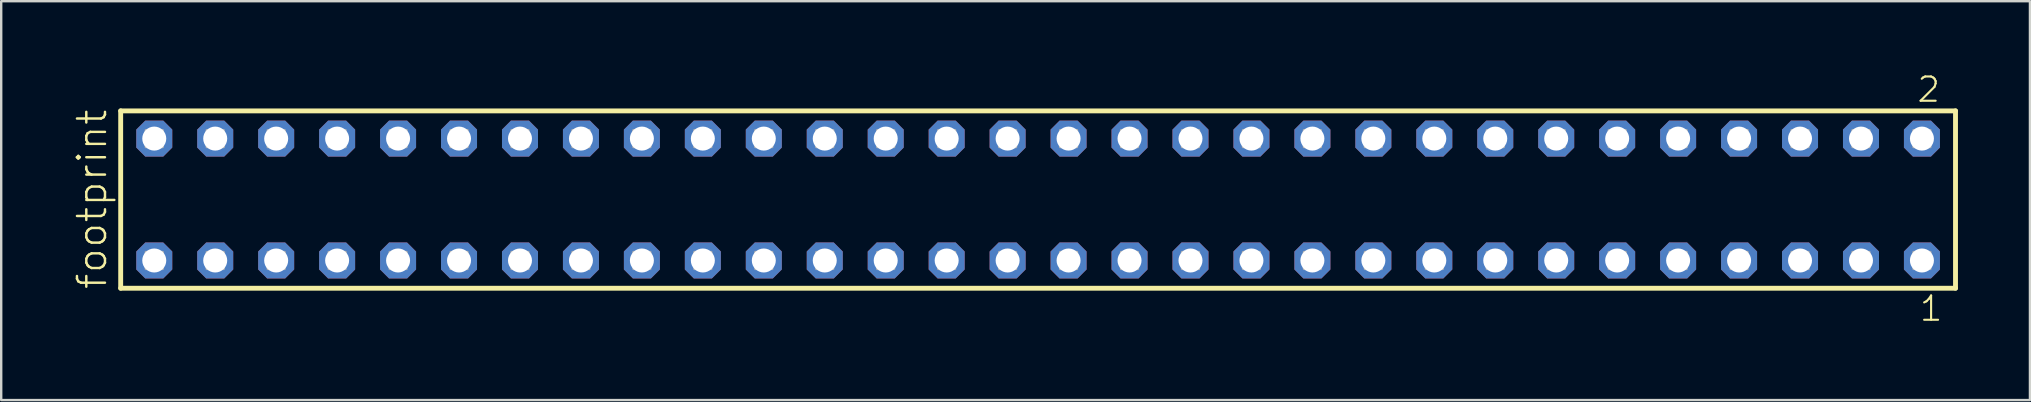
<source format=kicad_pcb>
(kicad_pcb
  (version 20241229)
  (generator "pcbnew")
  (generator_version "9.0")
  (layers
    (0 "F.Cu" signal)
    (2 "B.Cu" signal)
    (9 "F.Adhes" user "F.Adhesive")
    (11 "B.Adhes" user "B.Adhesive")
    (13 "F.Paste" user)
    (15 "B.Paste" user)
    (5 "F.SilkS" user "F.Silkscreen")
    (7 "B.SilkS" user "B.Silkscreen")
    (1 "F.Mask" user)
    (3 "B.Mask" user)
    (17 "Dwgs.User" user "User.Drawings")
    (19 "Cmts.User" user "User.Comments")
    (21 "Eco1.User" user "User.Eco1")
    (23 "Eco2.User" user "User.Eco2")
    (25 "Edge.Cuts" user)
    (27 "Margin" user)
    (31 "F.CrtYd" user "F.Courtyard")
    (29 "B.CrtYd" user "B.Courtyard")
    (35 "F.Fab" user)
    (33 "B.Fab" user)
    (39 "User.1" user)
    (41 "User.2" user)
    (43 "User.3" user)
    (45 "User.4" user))
  (footprint "footprint"
    (layer "F.Cu")
    (at 40.208 5.265)
    (property "Reference" "footprint" (at -38.735 3.81 90) (layer "F.SilkS") (effects (font (size 1.168 1.168) (thickness 0.102)) (justify left bottom)))
    (fp_line (start -38.229 -3.695) (end 38.229 -3.695) (stroke (width 0.203) (type solid)) (layer "F.SilkS"))
    (fp_line (start -38.229 3.695) (end -38.229 -3.695) (stroke (width 0.203) (type solid)) (layer "F.SilkS"))
    (fp_line (start 38.229 -3.695) (end 38.229 3.695) (stroke (width 0.203) (type solid)) (layer "F.SilkS"))
    (fp_line (start 38.229 3.695) (end -38.229 3.695) (stroke (width 0.203) (type solid)) (layer "F.SilkS"))
    (fp_poly (pts (xy -37.18 -2.19) (xy -36.48 -2.19) (xy -36.48 -2.89) (xy -37.18 -2.89)) (stroke (width 0.1) (type solid)) (fill no) (layer "F.Fab"))
    (fp_poly (pts (xy -37.18 2.89) (xy -36.48 2.89) (xy -36.48 2.19) (xy -37.18 2.19)) (stroke (width 0.1) (type solid)) (fill no) (layer "F.Fab"))
    (fp_poly (pts (xy -34.64 -2.19) (xy -33.94 -2.19) (xy -33.94 -2.89) (xy -34.64 -2.89)) (stroke (width 0.1) (type solid)) (fill no) (layer "F.Fab"))
    (fp_poly (pts (xy -34.64 2.89) (xy -33.94 2.89) (xy -33.94 2.19) (xy -34.64 2.19)) (stroke (width 0.1) (type solid)) (fill no) (layer "F.Fab"))
    (fp_poly (pts (xy -32.1 -2.19) (xy -31.4 -2.19) (xy -31.4 -2.89) (xy -32.1 -2.89)) (stroke (width 0.1) (type solid)) (fill no) (layer "F.Fab"))
    (fp_poly (pts (xy -32.1 2.89) (xy -31.4 2.89) (xy -31.4 2.19) (xy -32.1 2.19)) (stroke (width 0.1) (type solid)) (fill no) (layer "F.Fab"))
    (fp_poly (pts (xy -29.56 -2.19) (xy -28.86 -2.19) (xy -28.86 -2.89) (xy -29.56 -2.89)) (stroke (width 0.1) (type solid)) (fill no) (layer "F.Fab"))
    (fp_poly (pts (xy -29.56 2.89) (xy -28.86 2.89) (xy -28.86 2.19) (xy -29.56 2.19)) (stroke (width 0.1) (type solid)) (fill no) (layer "F.Fab"))
    (fp_poly (pts (xy -27.02 -2.19) (xy -26.32 -2.19) (xy -26.32 -2.89) (xy -27.02 -2.89)) (stroke (width 0.1) (type solid)) (fill no) (layer "F.Fab"))
    (fp_poly (pts (xy -27.02 2.89) (xy -26.32 2.89) (xy -26.32 2.19) (xy -27.02 2.19)) (stroke (width 0.1) (type solid)) (fill no) (layer "F.Fab"))
    (fp_poly (pts (xy -24.48 -2.19) (xy -23.78 -2.19) (xy -23.78 -2.89) (xy -24.48 -2.89)) (stroke (width 0.1) (type solid)) (fill no) (layer "F.Fab"))
    (fp_poly (pts (xy -24.48 2.89) (xy -23.78 2.89) (xy -23.78 2.19) (xy -24.48 2.19)) (stroke (width 0.1) (type solid)) (fill no) (layer "F.Fab"))
    (fp_poly (pts (xy -21.94 -2.19) (xy -21.24 -2.19) (xy -21.24 -2.89) (xy -21.94 -2.89)) (stroke (width 0.1) (type solid)) (fill no) (layer "F.Fab"))
    (fp_poly (pts (xy -21.94 2.89) (xy -21.24 2.89) (xy -21.24 2.19) (xy -21.94 2.19)) (stroke (width 0.1) (type solid)) (fill no) (layer "F.Fab"))
    (fp_poly (pts (xy -19.4 -2.19) (xy -18.7 -2.19) (xy -18.7 -2.89) (xy -19.4 -2.89)) (stroke (width 0.1) (type solid)) (fill no) (layer "F.Fab"))
    (fp_poly (pts (xy -19.4 2.89) (xy -18.7 2.89) (xy -18.7 2.19) (xy -19.4 2.19)) (stroke (width 0.1) (type solid)) (fill no) (layer "F.Fab"))
    (fp_poly (pts (xy -16.86 -2.19) (xy -16.16 -2.19) (xy -16.16 -2.89) (xy -16.86 -2.89)) (stroke (width 0.1) (type solid)) (fill no) (layer "F.Fab"))
    (fp_poly (pts (xy -16.86 2.89) (xy -16.16 2.89) (xy -16.16 2.19) (xy -16.86 2.19)) (stroke (width 0.1) (type solid)) (fill no) (layer "F.Fab"))
    (fp_poly (pts (xy -14.32 -2.19) (xy -13.62 -2.19) (xy -13.62 -2.89) (xy -14.32 -2.89)) (stroke (width 0.1) (type solid)) (fill no) (layer "F.Fab"))
    (fp_poly (pts (xy -14.32 2.89) (xy -13.62 2.89) (xy -13.62 2.19) (xy -14.32 2.19)) (stroke (width 0.1) (type solid)) (fill no) (layer "F.Fab"))
    (fp_poly (pts (xy -11.78 -2.19) (xy -11.08 -2.19) (xy -11.08 -2.89) (xy -11.78 -2.89)) (stroke (width 0.1) (type solid)) (fill no) (layer "F.Fab"))
    (fp_poly (pts (xy -11.78 2.89) (xy -11.08 2.89) (xy -11.08 2.19) (xy -11.78 2.19)) (stroke (width 0.1) (type solid)) (fill no) (layer "F.Fab"))
    (fp_poly (pts (xy -9.24 -2.19) (xy -8.54 -2.19) (xy -8.54 -2.89) (xy -9.24 -2.89)) (stroke (width 0.1) (type solid)) (fill no) (layer "F.Fab"))
    (fp_poly (pts (xy -9.24 2.89) (xy -8.54 2.89) (xy -8.54 2.19) (xy -9.24 2.19)) (stroke (width 0.1) (type solid)) (fill no) (layer "F.Fab"))
    (fp_poly (pts (xy -6.7 -2.19) (xy -6 -2.19) (xy -6 -2.89) (xy -6.7 -2.89)) (stroke (width 0.1) (type solid)) (fill no) (layer "F.Fab"))
    (fp_poly (pts (xy -6.7 2.89) (xy -6 2.89) (xy -6 2.19) (xy -6.7 2.19)) (stroke (width 0.1) (type solid)) (fill no) (layer "F.Fab"))
    (fp_poly (pts (xy -4.16 -2.19) (xy -3.46 -2.19) (xy -3.46 -2.89) (xy -4.16 -2.89)) (stroke (width 0.1) (type solid)) (fill no) (layer "F.Fab"))
    (fp_poly (pts (xy -4.16 2.89) (xy -3.46 2.89) (xy -3.46 2.19) (xy -4.16 2.19)) (stroke (width 0.1) (type solid)) (fill no) (layer "F.Fab"))
    (fp_poly (pts (xy -1.62 -2.19) (xy -0.92 -2.19) (xy -0.92 -2.89) (xy -1.62 -2.89)) (stroke (width 0.1) (type solid)) (fill no) (layer "F.Fab"))
    (fp_poly (pts (xy -1.62 2.89) (xy -0.92 2.89) (xy -0.92 2.19) (xy -1.62 2.19)) (stroke (width 0.1) (type solid)) (fill no) (layer "F.Fab"))
    (fp_poly (pts (xy 0.92 -2.19) (xy 1.62 -2.19) (xy 1.62 -2.89) (xy 0.92 -2.89)) (stroke (width 0.1) (type solid)) (fill no) (layer "F.Fab"))
    (fp_poly (pts (xy 0.92 2.89) (xy 1.62 2.89) (xy 1.62 2.19) (xy 0.92 2.19)) (stroke (width 0.1) (type solid)) (fill no) (layer "F.Fab"))
    (fp_poly (pts (xy 3.46 -2.19) (xy 4.16 -2.19) (xy 4.16 -2.89) (xy 3.46 -2.89)) (stroke (width 0.1) (type solid)) (fill no) (layer "F.Fab"))
    (fp_poly (pts (xy 3.46 2.89) (xy 4.16 2.89) (xy 4.16 2.19) (xy 3.46 2.19)) (stroke (width 0.1) (type solid)) (fill no) (layer "F.Fab"))
    (fp_poly (pts (xy 6 -2.19) (xy 6.7 -2.19) (xy 6.7 -2.89) (xy 6 -2.89)) (stroke (width 0.1) (type solid)) (fill no) (layer "F.Fab"))
    (fp_poly (pts (xy 6 2.89) (xy 6.7 2.89) (xy 6.7 2.19) (xy 6 2.19)) (stroke (width 0.1) (type solid)) (fill no) (layer "F.Fab"))
    (fp_poly (pts (xy 8.54 -2.19) (xy 9.24 -2.19) (xy 9.24 -2.89) (xy 8.54 -2.89)) (stroke (width 0.1) (type solid)) (fill no) (layer "F.Fab"))
    (fp_poly (pts (xy 8.54 2.89) (xy 9.24 2.89) (xy 9.24 2.19) (xy 8.54 2.19)) (stroke (width 0.1) (type solid)) (fill no) (layer "F.Fab"))
    (fp_poly (pts (xy 11.08 -2.19) (xy 11.78 -2.19) (xy 11.78 -2.89) (xy 11.08 -2.89)) (stroke (width 0.1) (type solid)) (fill no) (layer "F.Fab"))
    (fp_poly (pts (xy 11.08 2.89) (xy 11.78 2.89) (xy 11.78 2.19) (xy 11.08 2.19)) (stroke (width 0.1) (type solid)) (fill no) (layer "F.Fab"))
    (fp_poly (pts (xy 13.62 -2.19) (xy 14.32 -2.19) (xy 14.32 -2.89) (xy 13.62 -2.89)) (stroke (width 0.1) (type solid)) (fill no) (layer "F.Fab"))
    (fp_poly (pts (xy 13.62 2.89) (xy 14.32 2.89) (xy 14.32 2.19) (xy 13.62 2.19)) (stroke (width 0.1) (type solid)) (fill no) (layer "F.Fab"))
    (fp_poly (pts (xy 16.16 -2.19) (xy 16.86 -2.19) (xy 16.86 -2.89) (xy 16.16 -2.89)) (stroke (width 0.1) (type solid)) (fill no) (layer "F.Fab"))
    (fp_poly (pts (xy 16.16 2.89) (xy 16.86 2.89) (xy 16.86 2.19) (xy 16.16 2.19)) (stroke (width 0.1) (type solid)) (fill no) (layer "F.Fab"))
    (fp_poly (pts (xy 18.7 -2.19) (xy 19.4 -2.19) (xy 19.4 -2.89) (xy 18.7 -2.89)) (stroke (width 0.1) (type solid)) (fill no) (layer "F.Fab"))
    (fp_poly (pts (xy 18.7 2.89) (xy 19.4 2.89) (xy 19.4 2.19) (xy 18.7 2.19)) (stroke (width 0.1) (type solid)) (fill no) (layer "F.Fab"))
    (fp_poly (pts (xy 21.24 -2.19) (xy 21.94 -2.19) (xy 21.94 -2.89) (xy 21.24 -2.89)) (stroke (width 0.1) (type solid)) (fill no) (layer "F.Fab"))
    (fp_poly (pts (xy 21.24 2.89) (xy 21.94 2.89) (xy 21.94 2.19) (xy 21.24 2.19)) (stroke (width 0.1) (type solid)) (fill no) (layer "F.Fab"))
    (fp_poly (pts (xy 23.78 -2.19) (xy 24.48 -2.19) (xy 24.48 -2.89) (xy 23.78 -2.89)) (stroke (width 0.1) (type solid)) (fill no) (layer "F.Fab"))
    (fp_poly (pts (xy 23.78 2.89) (xy 24.48 2.89) (xy 24.48 2.19) (xy 23.78 2.19)) (stroke (width 0.1) (type solid)) (fill no) (layer "F.Fab"))
    (fp_poly (pts (xy 26.32 -2.19) (xy 27.02 -2.19) (xy 27.02 -2.89) (xy 26.32 -2.89)) (stroke (width 0.1) (type solid)) (fill no) (layer "F.Fab"))
    (fp_poly (pts (xy 26.32 2.89) (xy 27.02 2.89) (xy 27.02 2.19) (xy 26.32 2.19)) (stroke (width 0.1) (type solid)) (fill no) (layer "F.Fab"))
    (fp_poly (pts (xy 28.86 -2.19) (xy 29.56 -2.19) (xy 29.56 -2.89) (xy 28.86 -2.89)) (stroke (width 0.1) (type solid)) (fill no) (layer "F.Fab"))
    (fp_poly (pts (xy 28.86 2.89) (xy 29.56 2.89) (xy 29.56 2.19) (xy 28.86 2.19)) (stroke (width 0.1) (type solid)) (fill no) (layer "F.Fab"))
    (fp_poly (pts (xy 31.4 -2.19) (xy 32.1 -2.19) (xy 32.1 -2.89) (xy 31.4 -2.89)) (stroke (width 0.1) (type solid)) (fill no) (layer "F.Fab"))
    (fp_poly (pts (xy 31.4 2.89) (xy 32.1 2.89) (xy 32.1 2.19) (xy 31.4 2.19)) (stroke (width 0.1) (type solid)) (fill no) (layer "F.Fab"))
    (fp_poly (pts (xy 33.94 -2.19) (xy 34.64 -2.19) (xy 34.64 -2.89) (xy 33.94 -2.89)) (stroke (width 0.1) (type solid)) (fill no) (layer "F.Fab"))
    (fp_poly (pts (xy 33.94 2.89) (xy 34.64 2.89) (xy 34.64 2.19) (xy 33.94 2.19)) (stroke (width 0.1) (type solid)) (fill no) (layer "F.Fab"))
    (fp_poly (pts (xy 36.48 -2.19) (xy 37.18 -2.19) (xy 37.18 -2.89) (xy 36.48 -2.89)) (stroke (width 0.1) (type solid)) (fill no) (layer "F.Fab"))
    (fp_poly (pts (xy 36.48 2.89) (xy 37.18 2.89) (xy 37.18 2.19) (xy 36.48 2.19)) (stroke (width 0.1) (type solid)) (fill no) (layer "F.Fab"))
    (fp_text user "2" (at 36.572 -3.989 0) (layer "F.SilkS") (effects (font (size 1.012 1.012) (thickness 0.088)) (justify left bottom)))
    (fp_text user "1" (at 36.672 5.138 0) (layer "F.SilkS") (effects (font (size 1.012 1.012) (thickness 0.088)) (justify left bottom)))
    (pad "1" thru_hole roundrect (at 36.83 2.54 180) (size 1.5 1.5) (drill 1) (layers "*.Cu" "*.Mask") (roundrect_rratio 0.25) (chamfer_ratio 0.25) (chamfer top_left top_right bottom_left bottom_right))
    (pad "2" thru_hole roundrect (at 36.83 -2.54 180) (size 1.5 1.5) (drill 1) (layers "*.Cu" "*.Mask") (roundrect_rratio 0.25) (chamfer_ratio 0.25) (chamfer top_left top_right bottom_left bottom_right))
    (pad "3" thru_hole roundrect (at 34.29 2.54 180) (size 1.5 1.5) (drill 1) (layers "*.Cu" "*.Mask") (roundrect_rratio 0.25) (chamfer_ratio 0.25) (chamfer top_left top_right bottom_left bottom_right))
    (pad "4" thru_hole roundrect (at 34.29 -2.54 180) (size 1.5 1.5) (drill 1) (layers "*.Cu" "*.Mask") (roundrect_rratio 0.25) (chamfer_ratio 0.25) (chamfer top_left top_right bottom_left bottom_right))
    (pad "5" thru_hole roundrect (at 31.75 2.54 180) (size 1.5 1.5) (drill 1) (layers "*.Cu" "*.Mask") (roundrect_rratio 0.25) (chamfer_ratio 0.25) (chamfer top_left top_right bottom_left bottom_right))
    (pad "6" thru_hole roundrect (at 31.75 -2.54 180) (size 1.5 1.5) (drill 1) (layers "*.Cu" "*.Mask") (roundrect_rratio 0.25) (chamfer_ratio 0.25) (chamfer top_left top_right bottom_left bottom_right))
    (pad "7" thru_hole roundrect (at 29.21 2.54 180) (size 1.5 1.5) (drill 1) (layers "*.Cu" "*.Mask") (roundrect_rratio 0.25) (chamfer_ratio 0.25) (chamfer top_left top_right bottom_left bottom_right))
    (pad "8" thru_hole roundrect (at 29.21 -2.54 180) (size 1.5 1.5) (drill 1) (layers "*.Cu" "*.Mask") (roundrect_rratio 0.25) (chamfer_ratio 0.25) (chamfer top_left top_right bottom_left bottom_right))
    (pad "9" thru_hole roundrect (at 26.67 2.54 180) (size 1.5 1.5) (drill 1) (layers "*.Cu" "*.Mask") (roundrect_rratio 0.25) (chamfer_ratio 0.25) (chamfer top_left top_right bottom_left bottom_right))
    (pad "10" thru_hole roundrect (at 26.67 -2.54 180) (size 1.5 1.5) (drill 1) (layers "*.Cu" "*.Mask") (roundrect_rratio 0.25) (chamfer_ratio 0.25) (chamfer top_left top_right bottom_left bottom_right))
    (pad "11" thru_hole roundrect (at 24.13 2.54 180) (size 1.5 1.5) (drill 1) (layers "*.Cu" "*.Mask") (roundrect_rratio 0.25) (chamfer_ratio 0.25) (chamfer top_left top_right bottom_left bottom_right))
    (pad "12" thru_hole roundrect (at 24.13 -2.54 180) (size 1.5 1.5) (drill 1) (layers "*.Cu" "*.Mask") (roundrect_rratio 0.25) (chamfer_ratio 0.25) (chamfer top_left top_right bottom_left bottom_right))
    (pad "13" thru_hole roundrect (at 21.59 2.54 180) (size 1.5 1.5) (drill 1) (layers "*.Cu" "*.Mask") (roundrect_rratio 0.25) (chamfer_ratio 0.25) (chamfer top_left top_right bottom_left bottom_right))
    (pad "14" thru_hole roundrect (at 21.59 -2.54 180) (size 1.5 1.5) (drill 1) (layers "*.Cu" "*.Mask") (roundrect_rratio 0.25) (chamfer_ratio 0.25) (chamfer top_left top_right bottom_left bottom_right))
    (pad "15" thru_hole roundrect (at 19.05 2.54 180) (size 1.5 1.5) (drill 1) (layers "*.Cu" "*.Mask") (roundrect_rratio 0.25) (chamfer_ratio 0.25) (chamfer top_left top_right bottom_left bottom_right))
    (pad "16" thru_hole roundrect (at 19.05 -2.54 180) (size 1.5 1.5) (drill 1) (layers "*.Cu" "*.Mask") (roundrect_rratio 0.25) (chamfer_ratio 0.25) (chamfer top_left top_right bottom_left bottom_right))
    (pad "17" thru_hole roundrect (at 16.51 2.54 180) (size 1.5 1.5) (drill 1) (layers "*.Cu" "*.Mask") (roundrect_rratio 0.25) (chamfer_ratio 0.25) (chamfer top_left top_right bottom_left bottom_right))
    (pad "18" thru_hole roundrect (at 16.51 -2.54 180) (size 1.5 1.5) (drill 1) (layers "*.Cu" "*.Mask") (roundrect_rratio 0.25) (chamfer_ratio 0.25) (chamfer top_left top_right bottom_left bottom_right))
    (pad "19" thru_hole roundrect (at 13.97 2.54 180) (size 1.5 1.5) (drill 1) (layers "*.Cu" "*.Mask") (roundrect_rratio 0.25) (chamfer_ratio 0.25) (chamfer top_left top_right bottom_left bottom_right))
    (pad "20" thru_hole roundrect (at 13.97 -2.54 180) (size 1.5 1.5) (drill 1) (layers "*.Cu" "*.Mask") (roundrect_rratio 0.25) (chamfer_ratio 0.25) (chamfer top_left top_right bottom_left bottom_right))
    (pad "21" thru_hole roundrect (at 11.43 2.54 180) (size 1.5 1.5) (drill 1) (layers "*.Cu" "*.Mask") (roundrect_rratio 0.25) (chamfer_ratio 0.25) (chamfer top_left top_right bottom_left bottom_right))
    (pad "22" thru_hole roundrect (at 11.43 -2.54 180) (size 1.5 1.5) (drill 1) (layers "*.Cu" "*.Mask") (roundrect_rratio 0.25) (chamfer_ratio 0.25) (chamfer top_left top_right bottom_left bottom_right))
    (pad "23" thru_hole roundrect (at 8.89 2.54 180) (size 1.5 1.5) (drill 1) (layers "*.Cu" "*.Mask") (roundrect_rratio 0.25) (chamfer_ratio 0.25) (chamfer top_left top_right bottom_left bottom_right))
    (pad "24" thru_hole roundrect (at 8.89 -2.54 180) (size 1.5 1.5) (drill 1) (layers "*.Cu" "*.Mask") (roundrect_rratio 0.25) (chamfer_ratio 0.25) (chamfer top_left top_right bottom_left bottom_right))
    (pad "25" thru_hole roundrect (at 6.35 2.54 180) (size 1.5 1.5) (drill 1) (layers "*.Cu" "*.Mask") (roundrect_rratio 0.25) (chamfer_ratio 0.25) (chamfer top_left top_right bottom_left bottom_right))
    (pad "26" thru_hole roundrect (at 6.35 -2.54 180) (size 1.5 1.5) (drill 1) (layers "*.Cu" "*.Mask") (roundrect_rratio 0.25) (chamfer_ratio 0.25) (chamfer top_left top_right bottom_left bottom_right))
    (pad "27" thru_hole roundrect (at 3.81 2.54 180) (size 1.5 1.5) (drill 1) (layers "*.Cu" "*.Mask") (roundrect_rratio 0.25) (chamfer_ratio 0.25) (chamfer top_left top_right bottom_left bottom_right))
    (pad "28" thru_hole roundrect (at 3.81 -2.54 180) (size 1.5 1.5) (drill 1) (layers "*.Cu" "*.Mask") (roundrect_rratio 0.25) (chamfer_ratio 0.25) (chamfer top_left top_right bottom_left bottom_right))
    (pad "29" thru_hole roundrect (at 1.27 2.54 180) (size 1.5 1.5) (drill 1) (layers "*.Cu" "*.Mask") (roundrect_rratio 0.25) (chamfer_ratio 0.25) (chamfer top_left top_right bottom_left bottom_right))
    (pad "30" thru_hole roundrect (at 1.27 -2.54 180) (size 1.5 1.5) (drill 1) (layers "*.Cu" "*.Mask") (roundrect_rratio 0.25) (chamfer_ratio 0.25) (chamfer top_left top_right bottom_left bottom_right))
    (pad "31" thru_hole roundrect (at -1.27 2.54 180) (size 1.5 1.5) (drill 1) (layers "*.Cu" "*.Mask") (roundrect_rratio 0.25) (chamfer_ratio 0.25) (chamfer top_left top_right bottom_left bottom_right))
    (pad "32" thru_hole roundrect (at -1.27 -2.54 180) (size 1.5 1.5) (drill 1) (layers "*.Cu" "*.Mask") (roundrect_rratio 0.25) (chamfer_ratio 0.25) (chamfer top_left top_right bottom_left bottom_right))
    (pad "33" thru_hole roundrect (at -3.81 2.54 180) (size 1.5 1.5) (drill 1) (layers "*.Cu" "*.Mask") (roundrect_rratio 0.25) (chamfer_ratio 0.25) (chamfer top_left top_right bottom_left bottom_right))
    (pad "34" thru_hole roundrect (at -3.81 -2.54 180) (size 1.5 1.5) (drill 1) (layers "*.Cu" "*.Mask") (roundrect_rratio 0.25) (chamfer_ratio 0.25) (chamfer top_left top_right bottom_left bottom_right))
    (pad "35" thru_hole roundrect (at -6.35 2.54 180) (size 1.5 1.5) (drill 1) (layers "*.Cu" "*.Mask") (roundrect_rratio 0.25) (chamfer_ratio 0.25) (chamfer top_left top_right bottom_left bottom_right))
    (pad "36" thru_hole roundrect (at -6.35 -2.54 180) (size 1.5 1.5) (drill 1) (layers "*.Cu" "*.Mask") (roundrect_rratio 0.25) (chamfer_ratio 0.25) (chamfer top_left top_right bottom_left bottom_right))
    (pad "37" thru_hole roundrect (at -8.89 2.54 180) (size 1.5 1.5) (drill 1) (layers "*.Cu" "*.Mask") (roundrect_rratio 0.25) (chamfer_ratio 0.25) (chamfer top_left top_right bottom_left bottom_right))
    (pad "38" thru_hole roundrect (at -8.89 -2.54 180) (size 1.5 1.5) (drill 1) (layers "*.Cu" "*.Mask") (roundrect_rratio 0.25) (chamfer_ratio 0.25) (chamfer top_left top_right bottom_left bottom_right))
    (pad "39" thru_hole roundrect (at -11.43 2.54 180) (size 1.5 1.5) (drill 1) (layers "*.Cu" "*.Mask") (roundrect_rratio 0.25) (chamfer_ratio 0.25) (chamfer top_left top_right bottom_left bottom_right))
    (pad "40" thru_hole roundrect (at -11.43 -2.54 180) (size 1.5 1.5) (drill 1) (layers "*.Cu" "*.Mask") (roundrect_rratio 0.25) (chamfer_ratio 0.25) (chamfer top_left top_right bottom_left bottom_right))
    (pad "41" thru_hole roundrect (at -13.97 2.54 180) (size 1.5 1.5) (drill 1) (layers "*.Cu" "*.Mask") (roundrect_rratio 0.25) (chamfer_ratio 0.25) (chamfer top_left top_right bottom_left bottom_right))
    (pad "42" thru_hole roundrect (at -13.97 -2.54 180) (size 1.5 1.5) (drill 1) (layers "*.Cu" "*.Mask") (roundrect_rratio 0.25) (chamfer_ratio 0.25) (chamfer top_left top_right bottom_left bottom_right))
    (pad "43" thru_hole roundrect (at -16.51 2.54 180) (size 1.5 1.5) (drill 1) (layers "*.Cu" "*.Mask") (roundrect_rratio 0.25) (chamfer_ratio 0.25) (chamfer top_left top_right bottom_left bottom_right))
    (pad "44" thru_hole roundrect (at -16.51 -2.54 180) (size 1.5 1.5) (drill 1) (layers "*.Cu" "*.Mask") (roundrect_rratio 0.25) (chamfer_ratio 0.25) (chamfer top_left top_right bottom_left bottom_right))
    (pad "45" thru_hole roundrect (at -19.05 2.54 180) (size 1.5 1.5) (drill 1) (layers "*.Cu" "*.Mask") (roundrect_rratio 0.25) (chamfer_ratio 0.25) (chamfer top_left top_right bottom_left bottom_right))
    (pad "46" thru_hole roundrect (at -19.05 -2.54 180) (size 1.5 1.5) (drill 1) (layers "*.Cu" "*.Mask") (roundrect_rratio 0.25) (chamfer_ratio 0.25) (chamfer top_left top_right bottom_left bottom_right))
    (pad "47" thru_hole roundrect (at -21.59 2.54 180) (size 1.5 1.5) (drill 1) (layers "*.Cu" "*.Mask") (roundrect_rratio 0.25) (chamfer_ratio 0.25) (chamfer top_left top_right bottom_left bottom_right))
    (pad "48" thru_hole roundrect (at -21.59 -2.54 180) (size 1.5 1.5) (drill 1) (layers "*.Cu" "*.Mask") (roundrect_rratio 0.25) (chamfer_ratio 0.25) (chamfer top_left top_right bottom_left bottom_right))
    (pad "49" thru_hole roundrect (at -24.13 2.54 180) (size 1.5 1.5) (drill 1) (layers "*.Cu" "*.Mask") (roundrect_rratio 0.25) (chamfer_ratio 0.25) (chamfer top_left top_right bottom_left bottom_right))
    (pad "50" thru_hole roundrect (at -24.13 -2.54 180) (size 1.5 1.5) (drill 1) (layers "*.Cu" "*.Mask") (roundrect_rratio 0.25) (chamfer_ratio 0.25) (chamfer top_left top_right bottom_left bottom_right))
    (pad "51" thru_hole roundrect (at -26.67 2.54 180) (size 1.5 1.5) (drill 1) (layers "*.Cu" "*.Mask") (roundrect_rratio 0.25) (chamfer_ratio 0.25) (chamfer top_left top_right bottom_left bottom_right))
    (pad "52" thru_hole roundrect (at -26.67 -2.54 180) (size 1.5 1.5) (drill 1) (layers "*.Cu" "*.Mask") (roundrect_rratio 0.25) (chamfer_ratio 0.25) (chamfer top_left top_right bottom_left bottom_right))
    (pad "53" thru_hole roundrect (at -29.21 2.54 180) (size 1.5 1.5) (drill 1) (layers "*.Cu" "*.Mask") (roundrect_rratio 0.25) (chamfer_ratio 0.25) (chamfer top_left top_right bottom_left bottom_right))
    (pad "54" thru_hole roundrect (at -29.21 -2.54 180) (size 1.5 1.5) (drill 1) (layers "*.Cu" "*.Mask") (roundrect_rratio 0.25) (chamfer_ratio 0.25) (chamfer top_left top_right bottom_left bottom_right))
    (pad "55" thru_hole roundrect (at -31.75 2.54 180) (size 1.5 1.5) (drill 1) (layers "*.Cu" "*.Mask") (roundrect_rratio 0.25) (chamfer_ratio 0.25) (chamfer top_left top_right bottom_left bottom_right))
    (pad "56" thru_hole roundrect (at -31.75 -2.54 180) (size 1.5 1.5) (drill 1) (layers "*.Cu" "*.Mask") (roundrect_rratio 0.25) (chamfer_ratio 0.25) (chamfer top_left top_right bottom_left bottom_right))
    (pad "57" thru_hole roundrect (at -34.29 2.54 180) (size 1.5 1.5) (drill 1) (layers "*.Cu" "*.Mask") (roundrect_rratio 0.25) (chamfer_ratio 0.25) (chamfer top_left top_right bottom_left bottom_right))
    (pad "58" thru_hole roundrect (at -34.29 -2.54 180) (size 1.5 1.5) (drill 1) (layers "*.Cu" "*.Mask") (roundrect_rratio 0.25) (chamfer_ratio 0.25) (chamfer top_left top_right bottom_left bottom_right))
    (pad "59" thru_hole roundrect (at -36.83 2.54 180) (size 1.5 1.5) (drill 1) (layers "*.Cu" "*.Mask") (roundrect_rratio 0.25) (chamfer_ratio 0.25) (chamfer top_left top_right bottom_left bottom_right))
    (pad "60" thru_hole roundrect (at -36.83 -2.54 180) (size 1.5 1.5) (drill 1) (layers "*.Cu" "*.Mask") (roundrect_rratio 0.25) (chamfer_ratio 0.25) (chamfer top_left top_right bottom_left bottom_right)))
  (gr_rect
    (start -3 -3)
    (end 81.539 13.62)
    (stroke (width 0.1) (type default))
    (fill no)
    (layer "Edge.Cuts")))
</source>
